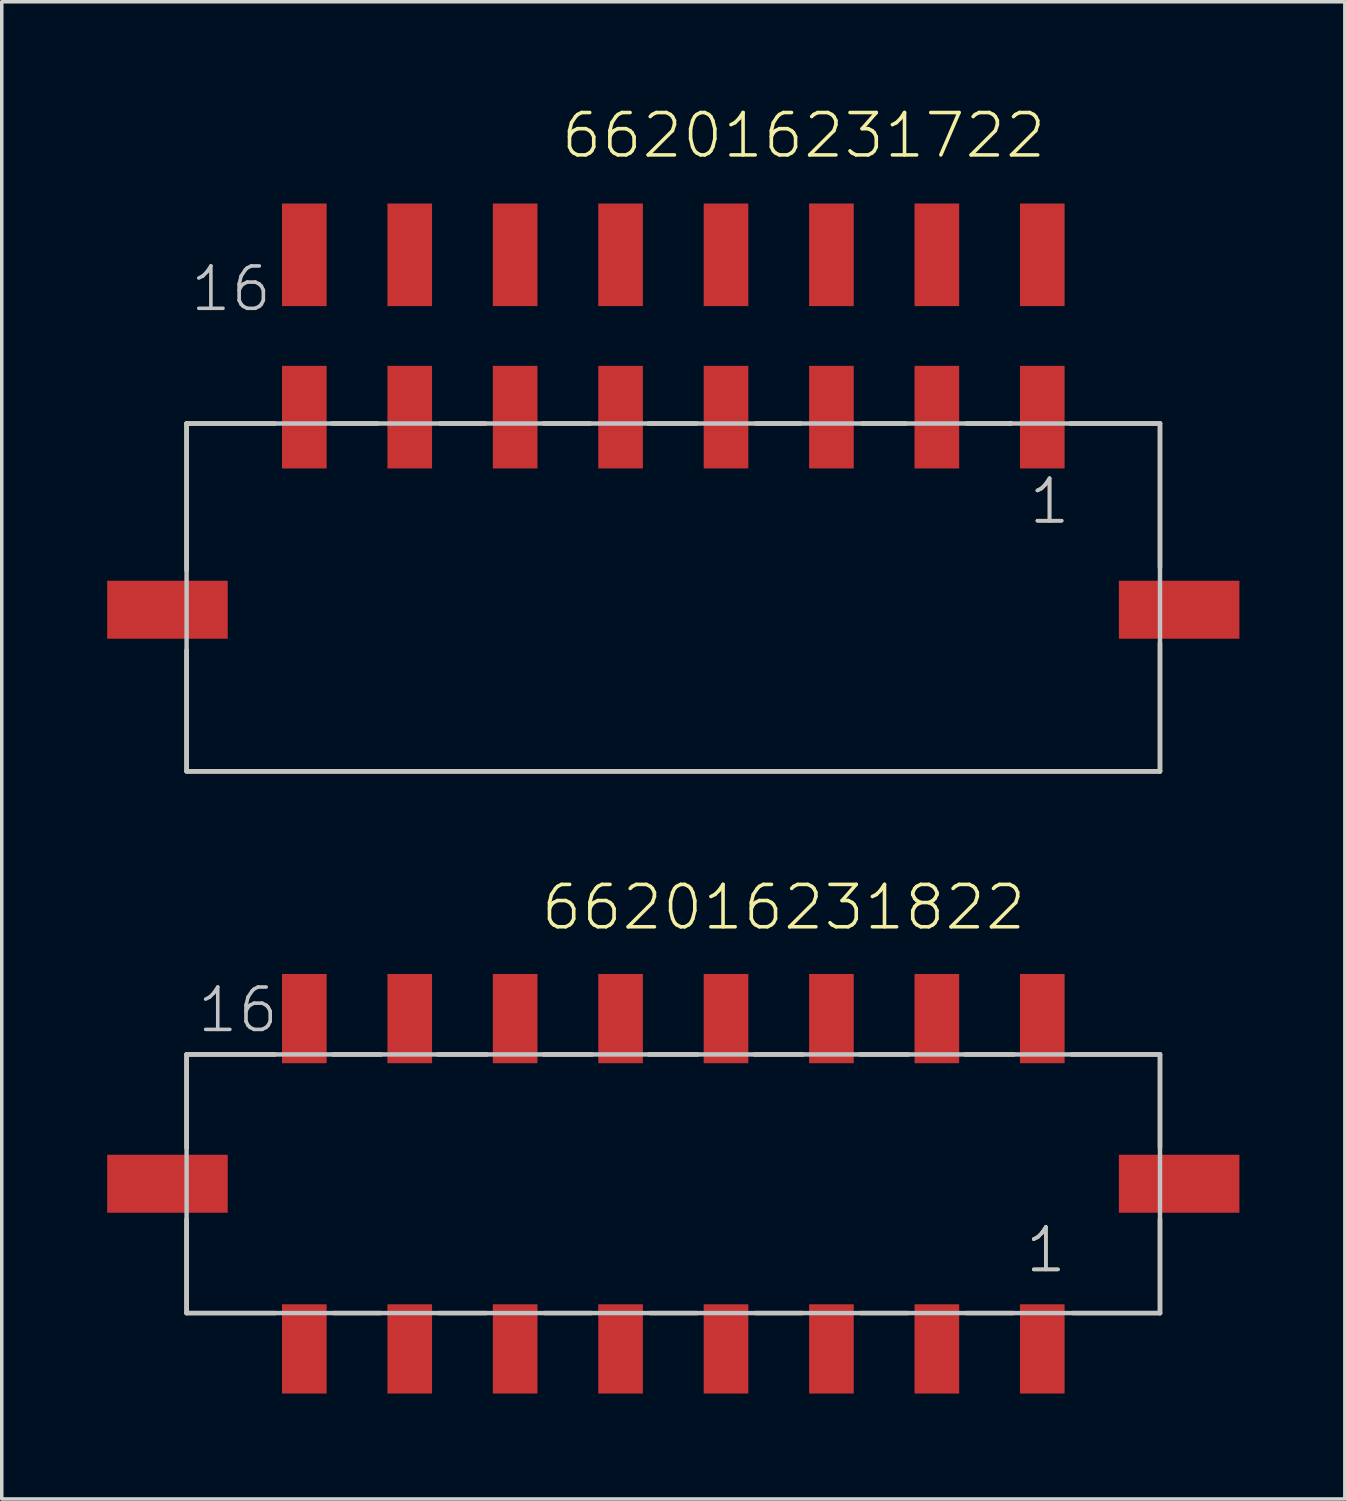
<source format=kicad_pcb>
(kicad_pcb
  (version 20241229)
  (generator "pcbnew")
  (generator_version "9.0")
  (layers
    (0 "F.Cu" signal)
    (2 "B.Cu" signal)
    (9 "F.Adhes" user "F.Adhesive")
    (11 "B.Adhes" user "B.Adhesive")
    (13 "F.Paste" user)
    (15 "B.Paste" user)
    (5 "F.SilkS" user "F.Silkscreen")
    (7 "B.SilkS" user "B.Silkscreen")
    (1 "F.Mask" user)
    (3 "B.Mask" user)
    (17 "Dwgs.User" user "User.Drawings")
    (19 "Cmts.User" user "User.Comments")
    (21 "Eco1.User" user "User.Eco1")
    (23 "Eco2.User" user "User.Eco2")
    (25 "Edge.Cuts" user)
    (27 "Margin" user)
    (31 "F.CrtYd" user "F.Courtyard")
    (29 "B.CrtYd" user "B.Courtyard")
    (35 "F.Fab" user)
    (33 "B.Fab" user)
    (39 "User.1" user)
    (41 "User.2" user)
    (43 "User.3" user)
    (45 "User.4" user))
  (footprint "662016231822"
    (layer "F.Cu")
    (at 16.11 30.636)
    (property "Reference" "662016231822" (at -3.82 -7.16 0) (layer "F.SilkS") (effects (font (size 1.206 1.206) (thickness 0.102)) (justify left bottom)))
    (attr through_hole)
    (fp_line (start -13.85 -3.68) (end -13.85 -1.02) (stroke (width 0.127) (type solid)) (layer "F.SilkS"))
    (fp_line (start -13.85 1.01) (end -13.85 3.68) (stroke (width 0.127) (type solid)) (layer "F.SilkS"))
    (fp_line (start -11.33 -3.68) (end -13.85 -3.68) (stroke (width 0.127) (type solid)) (layer "F.SilkS"))
    (fp_line (start -11.33 3.68) (end -13.85 3.68) (stroke (width 0.127) (type solid)) (layer "F.SilkS"))
    (fp_line (start -9.69 -3.68) (end -8.31 -3.68) (stroke (width 0.127) (type solid)) (layer "F.SilkS"))
    (fp_line (start -9.66 3.68) (end -8.33 3.68) (stroke (width 0.127) (type solid)) (layer "F.SilkS"))
    (fp_line (start -6.69 -3.68) (end -5.31 -3.68) (stroke (width 0.127) (type solid)) (layer "F.SilkS"))
    (fp_line (start -6.66 3.68) (end -5.33 3.68) (stroke (width 0.127) (type solid)) (layer "F.SilkS"))
    (fp_line (start -3.69 -3.68) (end -2.31 -3.68) (stroke (width 0.127) (type solid)) (layer "F.SilkS"))
    (fp_line (start -3.66 3.68) (end -2.33 3.68) (stroke (width 0.127) (type solid)) (layer "F.SilkS"))
    (fp_line (start -0.69 -3.68) (end 0.69 -3.68) (stroke (width 0.127) (type solid)) (layer "F.SilkS"))
    (fp_line (start -0.66 3.68) (end 0.67 3.68) (stroke (width 0.127) (type solid)) (layer "F.SilkS"))
    (fp_line (start 2.31 -3.68) (end 3.69 -3.68) (stroke (width 0.127) (type solid)) (layer "F.SilkS"))
    (fp_line (start 2.34 3.68) (end 3.67 3.68) (stroke (width 0.127) (type solid)) (layer "F.SilkS"))
    (fp_line (start 5.31 -3.68) (end 6.69 -3.68) (stroke (width 0.127) (type solid)) (layer "F.SilkS"))
    (fp_line (start 5.34 3.68) (end 6.67 3.68) (stroke (width 0.127) (type solid)) (layer "F.SilkS"))
    (fp_line (start 8.31 -3.68) (end 9.69 -3.68) (stroke (width 0.127) (type solid)) (layer "F.SilkS"))
    (fp_line (start 8.34 3.68) (end 9.67 3.68) (stroke (width 0.127) (type solid)) (layer "F.SilkS"))
    (fp_line (start 11.34 -3.68) (end 13.85 -3.68) (stroke (width 0.127) (type solid)) (layer "F.SilkS"))
    (fp_line (start 13.85 -3.68) (end 13.85 -1.02) (stroke (width 0.127) (type solid)) (layer "F.SilkS"))
    (fp_line (start 13.85 1.01) (end 13.85 3.68) (stroke (width 0.127) (type solid)) (layer "F.SilkS"))
    (fp_line (start 13.85 3.68) (end 11.38 3.68) (stroke (width 0.127) (type solid)) (layer "F.SilkS"))
    (fp_line (start -13.85 -3.68) (end 13.85 -3.68) (stroke (width 0.127) (type solid)) (layer "Dwgs.User"))
    (fp_line (start -13.85 3.68) (end -13.85 -3.68) (stroke (width 0.127) (type solid)) (layer "Dwgs.User"))
    (fp_line (start 13.85 -3.68) (end 13.85 3.68) (stroke (width 0.127) (type solid)) (layer "Dwgs.User"))
    (fp_line (start 13.85 3.68) (end -13.85 3.68) (stroke (width 0.127) (type solid)) (layer "Dwgs.User"))
    (fp_text user "1" (at 9.96 2.59 0) (layer "F.SilkS") (effects (font (size 1.206 1.206) (thickness 0.102)) (justify left bottom)))
    (fp_text user "16" (at -13.605 -4.24 0) (layer "Dwgs.User") (effects (font (size 1.206 1.206) (thickness 0.102)) (justify left bottom)))
    (fp_text user "1" (at 9.96 2.59 0) (layer "Dwgs.User") (effects (font (size 1.206 1.206) (thickness 0.102)) (justify left bottom)))
    (pad "1" smd rect (at 10.5 4.7 90) (size 2.54 1.27) (layers "F.Cu" "F.Mask" "F.Paste"))
    (pad "2" smd rect (at 7.5 4.7 90) (size 2.54 1.27) (layers "F.Cu" "F.Mask" "F.Paste"))
    (pad "3" smd rect (at 4.5 4.7 90) (size 2.54 1.27) (layers "F.Cu" "F.Mask" "F.Paste"))
    (pad "4" smd rect (at 1.5 4.7 90) (size 2.54 1.27) (layers "F.Cu" "F.Mask" "F.Paste"))
    (pad "5" smd rect (at -1.5 4.7 90) (size 2.54 1.27) (layers "F.Cu" "F.Mask" "F.Paste"))
    (pad "6" smd rect (at -4.5 4.7 90) (size 2.54 1.27) (layers "F.Cu" "F.Mask" "F.Paste"))
    (pad "7" smd rect (at -7.5 4.7 90) (size 2.54 1.27) (layers "F.Cu" "F.Mask" "F.Paste"))
    (pad "8" smd rect (at -10.5 4.7 90) (size 2.54 1.27) (layers "F.Cu" "F.Mask" "F.Paste"))
    (pad "9" smd rect (at 10.5 -4.7 90) (size 2.54 1.27) (layers "F.Cu" "F.Mask" "F.Paste"))
    (pad "10" smd rect (at 7.5 -4.7 90) (size 2.54 1.27) (layers "F.Cu" "F.Mask" "F.Paste"))
    (pad "11" smd rect (at 4.5 -4.7 90) (size 2.54 1.27) (layers "F.Cu" "F.Mask" "F.Paste"))
    (pad "12" smd rect (at 1.5 -4.7 90) (size 2.54 1.27) (layers "F.Cu" "F.Mask" "F.Paste"))
    (pad "13" smd rect (at -1.5 -4.7 90) (size 2.54 1.27) (layers "F.Cu" "F.Mask" "F.Paste"))
    (pad "14" smd rect (at -4.5 -4.7 90) (size 2.54 1.27) (layers "F.Cu" "F.Mask" "F.Paste"))
    (pad "15" smd rect (at -7.5 -4.7 90) (size 2.54 1.27) (layers "F.Cu" "F.Mask" "F.Paste"))
    (pad "16" smd rect (at -10.5 -4.7 90) (size 2.54 1.27) (layers "F.Cu" "F.Mask" "F.Paste"))
    (pad "M1" smd rect (at 14.395 0 180) (size 3.43 1.65) (layers "F.Cu" "F.Mask" "F.Paste"))
    (pad "M2" smd rect (at -14.395 0 180) (size 3.43 1.65) (layers "F.Cu" "F.Mask" "F.Paste")))
  (footprint "662016231722"
    (layer "F.Cu")
    (at 16.11 14.301)
    (property "Reference" "662016231722" (at -3.25 -12.79 0) (layer "F.SilkS") (effects (font (size 1.206 1.206) (thickness 0.102)) (justify left bottom)))
    (attr through_hole)
    (fp_line (start -13.85 -5.3) (end -13.85 -1.12) (stroke (width 0.127) (type solid)) (layer "F.SilkS"))
    (fp_line (start -13.85 1.15) (end -13.85 4.58) (stroke (width 0.127) (type solid)) (layer "F.SilkS"))
    (fp_line (start -13.85 4.6) (end 13.85 4.6) (stroke (width 0.127) (type solid)) (layer "F.SilkS"))
    (fp_line (start -11.34 -5.3) (end -13.85 -5.3) (stroke (width 0.127) (type solid)) (layer "F.SilkS"))
    (fp_line (start -9.7 -5.3) (end -8.42 -5.3) (stroke (width 0.127) (type solid)) (layer "F.SilkS"))
    (fp_line (start -6.63 -5.3) (end -5.35 -5.3) (stroke (width 0.127) (type solid)) (layer "F.SilkS"))
    (fp_line (start -3.69 -5.3) (end -2.37 -5.3) (stroke (width 0.127) (type solid)) (layer "F.SilkS"))
    (fp_line (start -0.71 -5.3) (end 0.66 -5.3) (stroke (width 0.127) (type solid)) (layer "F.SilkS"))
    (fp_line (start 2.35 -5.3) (end 3.62 -5.3) (stroke (width 0.127) (type solid)) (layer "F.SilkS"))
    (fp_line (start 5.37 -5.3) (end 6.62 -5.3) (stroke (width 0.127) (type solid)) (layer "F.SilkS"))
    (fp_line (start 8.35 -5.3) (end 9.6 -5.3) (stroke (width 0.127) (type solid)) (layer "F.SilkS"))
    (fp_line (start 9.6 -5.3) (end 9.6 -5.31) (stroke (width 0.127) (type solid)) (layer "F.SilkS"))
    (fp_line (start 11.3 -5.3) (end 13.85 -5.3) (stroke (width 0.127) (type solid)) (layer "F.SilkS"))
    (fp_line (start 13.85 -5.3) (end 13.85 -1.19) (stroke (width 0.127) (type solid)) (layer "F.SilkS"))
    (fp_line (start 13.85 4.6) (end 13.85 0.94) (stroke (width 0.127) (type solid)) (layer "F.SilkS"))
    (fp_line (start -13.85 -5.3) (end 13.85 -5.3) (stroke (width 0.127) (type solid)) (layer "Dwgs.User"))
    (fp_line (start -13.85 4.6) (end -13.85 -5.3) (stroke (width 0.127) (type solid)) (layer "Dwgs.User"))
    (fp_line (start 13.85 -5.3) (end 13.85 4.6) (stroke (width 0.127) (type solid)) (layer "Dwgs.User"))
    (fp_line (start 13.85 4.6) (end -13.85 4.6) (stroke (width 0.127) (type solid)) (layer "Dwgs.User"))
    (fp_text user "1" (at 10.065 -2.38 0) (layer "F.SilkS") (effects (font (size 1.206 1.206) (thickness 0.102)) (justify left bottom)))
    (fp_text user "1" (at 10.065 -2.38 0) (layer "Dwgs.User") (effects (font (size 1.206 1.206) (thickness 0.102)) (justify left bottom)))
    (fp_text user "16" (at -13.8 -8.425 0) (layer "Dwgs.User") (effects (font (size 1.206 1.206) (thickness 0.102)) (justify left bottom)))
    (pad "1" smd rect (at 10.5 -5.48 90) (size 2.92 1.27) (layers "F.Cu" "F.Mask" "F.Paste"))
    (pad "2" smd rect (at 7.5 -5.48 90) (size 2.92 1.27) (layers "F.Cu" "F.Mask" "F.Paste"))
    (pad "3" smd rect (at 4.5 -5.48 90) (size 2.92 1.27) (layers "F.Cu" "F.Mask" "F.Paste"))
    (pad "4" smd rect (at 1.5 -5.48 90) (size 2.92 1.27) (layers "F.Cu" "F.Mask" "F.Paste"))
    (pad "5" smd rect (at -1.5 -5.48 90) (size 2.92 1.27) (layers "F.Cu" "F.Mask" "F.Paste"))
    (pad "6" smd rect (at -4.5 -5.48 90) (size 2.92 1.27) (layers "F.Cu" "F.Mask" "F.Paste"))
    (pad "7" smd rect (at -7.5 -5.48 90) (size 2.92 1.27) (layers "F.Cu" "F.Mask" "F.Paste"))
    (pad "8" smd rect (at -10.5 -5.48 90) (size 2.92 1.27) (layers "F.Cu" "F.Mask" "F.Paste"))
    (pad "9" smd rect (at 10.5 -10.1 90) (size 2.92 1.27) (layers "F.Cu" "F.Mask" "F.Paste"))
    (pad "10" smd rect (at 7.5 -10.1 90) (size 2.92 1.27) (layers "F.Cu" "F.Mask" "F.Paste"))
    (pad "11" smd rect (at 4.5 -10.1 90) (size 2.92 1.27) (layers "F.Cu" "F.Mask" "F.Paste"))
    (pad "12" smd rect (at 1.5 -10.1 90) (size 2.92 1.27) (layers "F.Cu" "F.Mask" "F.Paste"))
    (pad "13" smd rect (at -1.5 -10.1 90) (size 2.92 1.27) (layers "F.Cu" "F.Mask" "F.Paste"))
    (pad "14" smd rect (at -4.5 -10.1 90) (size 2.92 1.27) (layers "F.Cu" "F.Mask" "F.Paste"))
    (pad "15" smd rect (at -7.5 -10.1 90) (size 2.92 1.27) (layers "F.Cu" "F.Mask" "F.Paste"))
    (pad "16" smd rect (at -10.5 -10.1 90) (size 2.92 1.27) (layers "F.Cu" "F.Mask" "F.Paste"))
    (pad "M1" smd rect (at 14.395 0) (size 3.43 1.65) (layers "F.Cu" "F.Mask" "F.Paste"))
    (pad "M2" smd rect (at -14.395 0) (size 3.43 1.65) (layers "F.Cu" "F.Mask" "F.Paste")))
  (gr_rect
    (start -3 -3)
    (end 35.22 39.606)
    (stroke (width 0.1) (type default))
    (fill no)
    (layer "Edge.Cuts")))
</source>
